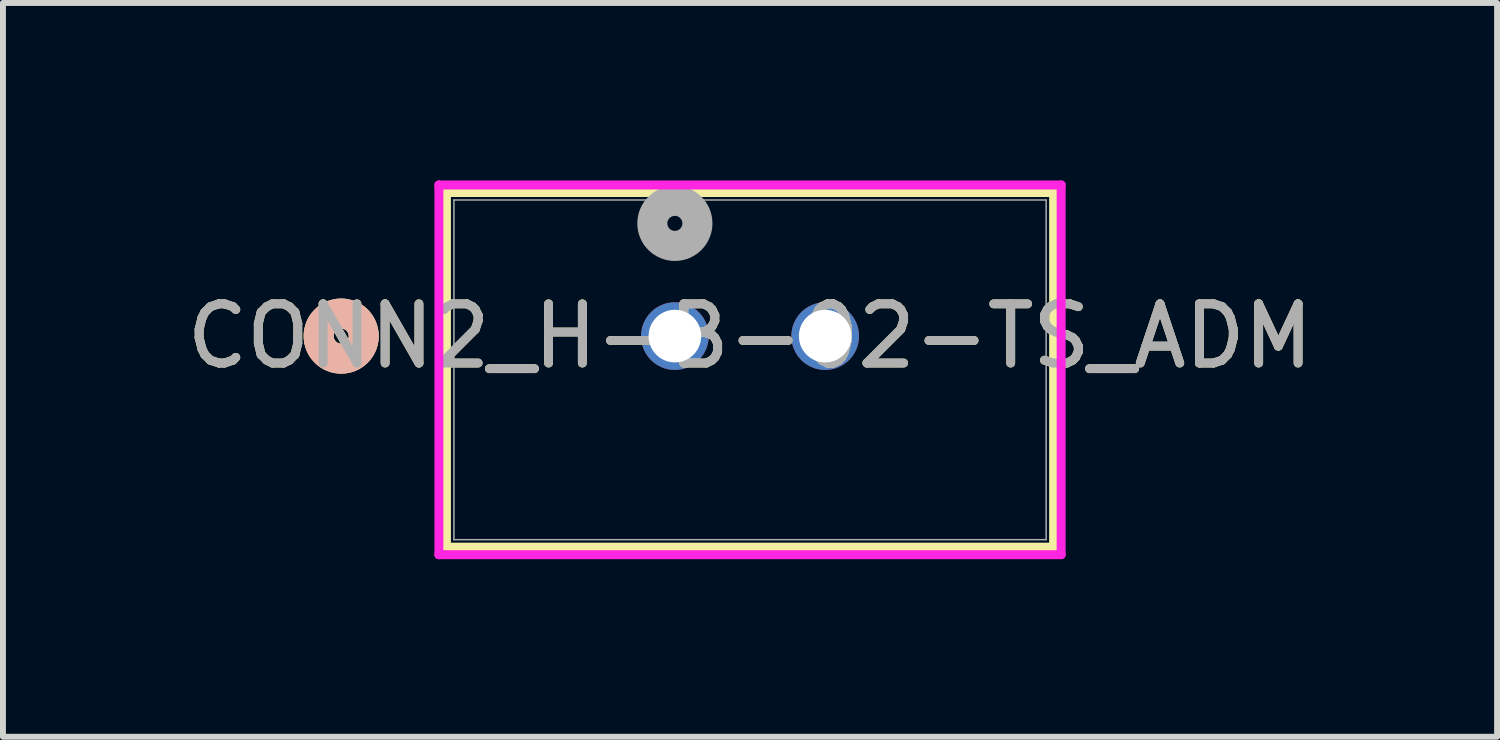
<source format=kicad_pcb>
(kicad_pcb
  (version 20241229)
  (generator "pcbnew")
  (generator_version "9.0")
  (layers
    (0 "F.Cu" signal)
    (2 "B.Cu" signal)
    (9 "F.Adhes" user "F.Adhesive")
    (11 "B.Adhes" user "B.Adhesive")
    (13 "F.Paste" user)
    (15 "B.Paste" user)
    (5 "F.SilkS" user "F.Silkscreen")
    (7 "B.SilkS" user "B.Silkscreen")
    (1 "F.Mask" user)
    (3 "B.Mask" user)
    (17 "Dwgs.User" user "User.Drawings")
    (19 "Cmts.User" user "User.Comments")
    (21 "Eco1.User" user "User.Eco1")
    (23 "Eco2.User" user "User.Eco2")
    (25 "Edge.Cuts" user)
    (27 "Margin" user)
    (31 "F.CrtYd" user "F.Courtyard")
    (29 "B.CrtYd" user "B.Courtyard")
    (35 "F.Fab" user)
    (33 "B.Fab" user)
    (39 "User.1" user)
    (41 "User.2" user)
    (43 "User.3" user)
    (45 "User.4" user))
  (footprint "CONN2_H-B-02-TS_ADM"
    (layer "F.Cu")
    (at 8.355 2.63)
    (property "Reference" "CONN2_H-B-02-TS_ADM" (at 1.27 0 0) (unlocked yes) (layer "F.SilkS") (effects (font (size 1 1) (thickness 0.15))))
    (attr through_hole)
    (fp_line (start -3.861 -2.427) (end -3.861 3.567) (stroke (width 0.152) (type solid)) (layer "F.SilkS"))
    (fp_line (start -3.861 3.567) (end 6.401 3.567) (stroke (width 0.152) (type solid)) (layer "F.SilkS"))
    (fp_line (start 6.401 -2.427) (end -3.861 -2.427) (stroke (width 0.152) (type solid)) (layer "F.SilkS"))
    (fp_line (start 6.401 3.567) (end 6.401 -2.427) (stroke (width 0.152) (type solid)) (layer "F.SilkS"))
    (fp_circle (center -5.639 0) (end -5.258 0) (stroke (width 0.508) (type solid)) (fill no) (layer "F.SilkS"))
    (fp_circle (center -5.639 0) (end -5.258 0) (stroke (width 0.508) (type solid)) (fill no) (layer "B.SilkS"))
    (fp_line (start -3.988 -2.554) (end -3.988 3.694) (stroke (width 0.152) (type solid)) (layer "F.CrtYd"))
    (fp_line (start -3.988 3.694) (end 6.528 3.694) (stroke (width 0.152) (type solid)) (layer "F.CrtYd"))
    (fp_line (start 6.528 -2.554) (end -3.988 -2.554) (stroke (width 0.152) (type solid)) (layer "F.CrtYd"))
    (fp_line (start 6.528 3.694) (end 6.528 -2.554) (stroke (width 0.152) (type solid)) (layer "F.CrtYd"))
    (fp_line (start -3.734 -2.3) (end -3.734 3.44) (stroke (width 0.025) (type solid)) (layer "F.Fab"))
    (fp_line (start -3.734 3.44) (end 6.274 3.44) (stroke (width 0.025) (type solid)) (layer "F.Fab"))
    (fp_line (start 6.274 -2.3) (end -3.734 -2.3) (stroke (width 0.025) (type solid)) (layer "F.Fab"))
    (fp_line (start 6.274 3.44) (end 6.274 -2.3) (stroke (width 0.025) (type solid)) (layer "F.Fab"))
    (fp_circle (center 0 -1.905) (end 0.381 -1.905) (stroke (width 0.508) (type solid)) (fill no) (layer "F.Fab"))
    (fp_text user "${REFERENCE}" (at 1.27 0 0) (unlocked yes) (layer "F.Fab") (effects (font (size 1 1) (thickness 0.15))))
    (pad "1" thru_hole circle (at 0 0) (size 1.143 1.143) (drill 0.889) (layers "*.Cu" "*.Mask"))
    (pad "2" thru_hole circle (at 2.54 0) (size 1.143 1.143) (drill 0.889) (layers "*.Cu" "*.Mask")))
  (gr_rect
    (start -3 -3)
    (end 22.25 9.401)
    (stroke (width 0.1) (type default))
    (fill no)
    (layer "Edge.Cuts")))
</source>
